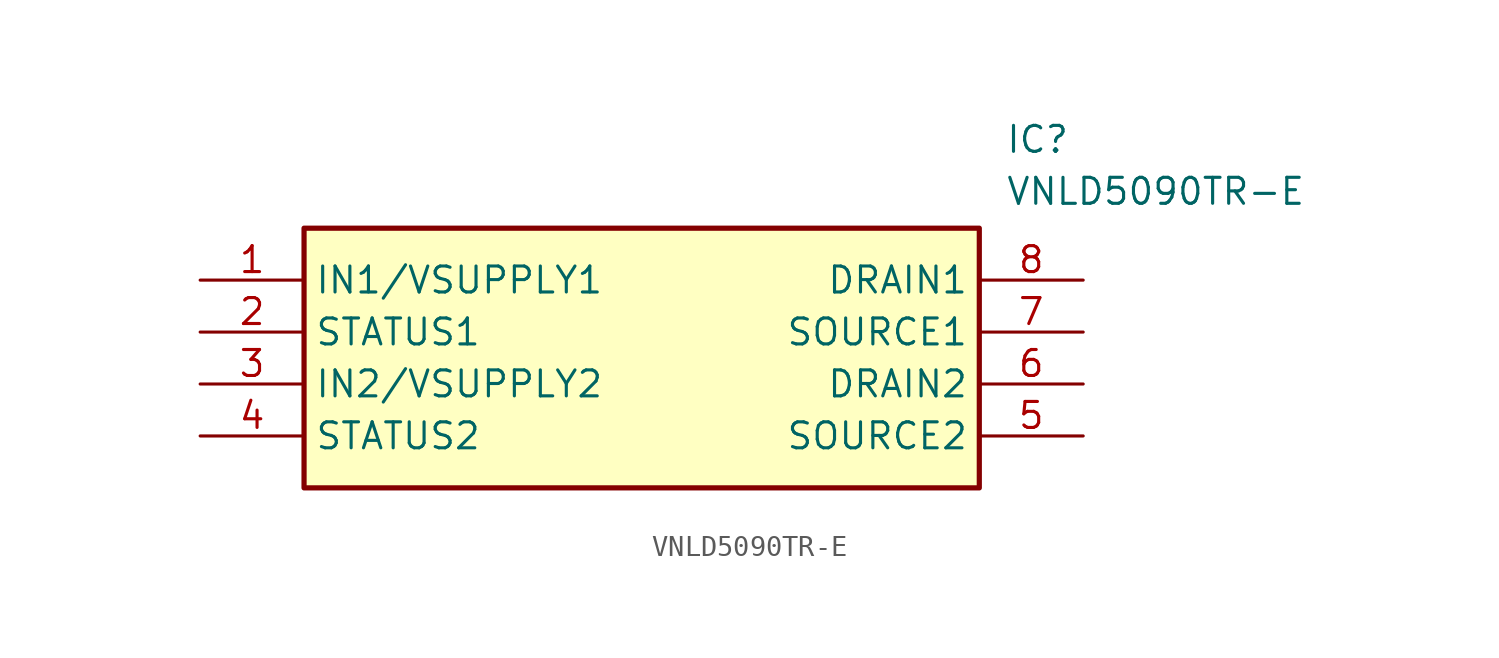
<source format=kicad_sym>
(kicad_symbol_lib
  (version 20211014)
  (generator SamacSys_ECAD_Model)
  (symbol "VNLD5090TR-E"
    (property "Reference" "IC"
      (at 39.37 7.62 0)
      (effects (font (size 1.27 1.27)) (justify left top)))
    (property "Value" "VNLD5090TR-E"
      (at 39.37 5.08 0)
      (effects (font (size 1.27 1.27)) (justify left top)))
    (rectangle
      (start 5.08 2.54)
      (end 38.1 -10.16)
      (stroke (width 0.254) (type default))
      (fill (type background)))
    (pin passive line
      (at 0 0 0)
      (length 5.08)
      (name "IN1/VSUPPLY1" (effects (font (size 1.27 1.27))))
      (number "1" (effects (font (size 1.27 1.27)))))
    (pin passive line
      (at 0 -2.54 0)
      (length 5.08)
      (name "STATUS1" (effects (font (size 1.27 1.27))))
      (number "2" (effects (font (size 1.27 1.27)))))
    (pin passive line
      (at 0 -5.08 0)
      (length 5.08)
      (name "IN2/VSUPPLY2" (effects (font (size 1.27 1.27))))
      (number "3" (effects (font (size 1.27 1.27)))))
    (pin passive line
      (at 0 -7.62 0)
      (length 5.08)
      (name "STATUS2" (effects (font (size 1.27 1.27))))
      (number "4" (effects (font (size 1.27 1.27)))))
    (pin passive line
      (at 43.18 0 180)
      (length 5.08)
      (name "DRAIN1" (effects (font (size 1.27 1.27))))
      (number "8" (effects (font (size 1.27 1.27)))))
    (pin passive line
      (at 43.18 -2.54 180)
      (length 5.08)
      (name "SOURCE1" (effects (font (size 1.27 1.27))))
      (number "7" (effects (font (size 1.27 1.27)))))
    (pin passive line
      (at 43.18 -5.08 180)
      (length 5.08)
      (name "DRAIN2" (effects (font (size 1.27 1.27))))
      (number "6" (effects (font (size 1.27 1.27)))))
    (pin passive line
      (at 43.18 -7.62 180)
      (length 5.08)
      (name "SOURCE2" (effects (font (size 1.27 1.27))))
      (number "5" (effects (font (size 1.27 1.27)))))))
</source>
